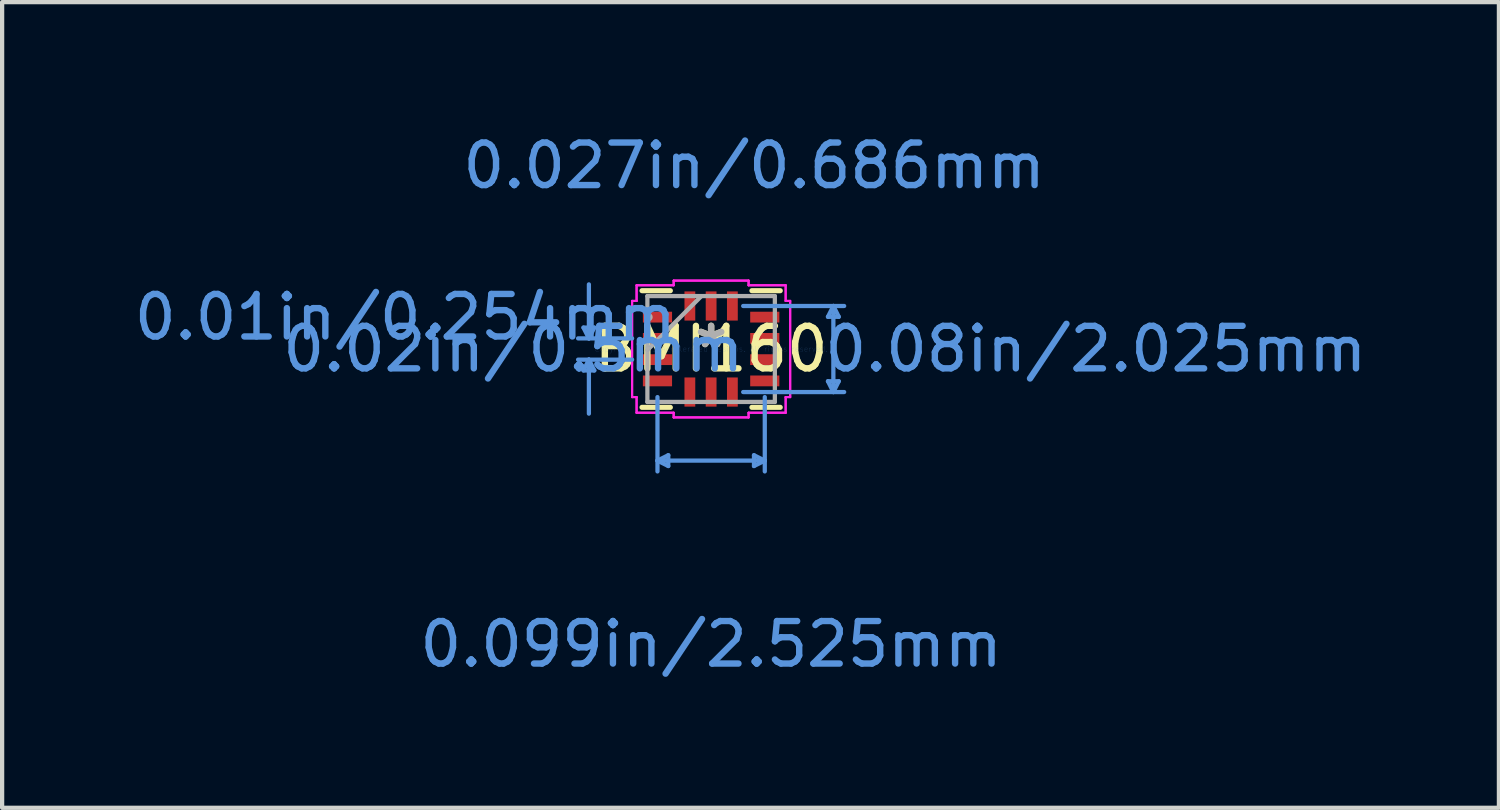
<source format=kicad_pcb>
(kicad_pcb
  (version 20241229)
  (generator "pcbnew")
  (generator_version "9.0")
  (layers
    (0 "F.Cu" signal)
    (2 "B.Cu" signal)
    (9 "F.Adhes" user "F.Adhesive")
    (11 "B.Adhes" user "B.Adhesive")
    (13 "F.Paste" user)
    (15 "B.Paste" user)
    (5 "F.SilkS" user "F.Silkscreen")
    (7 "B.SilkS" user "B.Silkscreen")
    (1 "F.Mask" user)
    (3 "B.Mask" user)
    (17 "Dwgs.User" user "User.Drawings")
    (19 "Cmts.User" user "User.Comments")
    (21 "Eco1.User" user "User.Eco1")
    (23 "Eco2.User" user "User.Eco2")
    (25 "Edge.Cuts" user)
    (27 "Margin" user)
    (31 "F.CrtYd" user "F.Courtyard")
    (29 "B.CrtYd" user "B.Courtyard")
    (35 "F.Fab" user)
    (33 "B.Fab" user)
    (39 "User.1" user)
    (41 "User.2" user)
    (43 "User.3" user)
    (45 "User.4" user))
  (footprint "BMI160"
    (layer "F.Cu")
    (at 13.676 5.159)
    (property "Reference" "BMI160" (at 0 0 0) (layer "F.SilkS") (effects (font (size 1 1) (thickness 0.15))))
    (attr through_hole)
    (fp_line (start -1.626 1.372) (end -0.959 1.372) (stroke (width 0.12) (type solid)) (layer "F.SilkS"))
    (fp_line (start -0.959 -1.372) (end -1.626 -1.372) (stroke (width 0.12) (type solid)) (layer "F.SilkS"))
    (fp_line (start 0.959 1.372) (end 1.626 1.372) (stroke (width 0.12) (type solid)) (layer "F.SilkS"))
    (fp_line (start 1.626 -1.372) (end 0.959 -1.372) (stroke (width 0.12) (type solid)) (layer "F.SilkS"))
    (fp_line (start -3.002 -0.504) (end -2.875 -0.25) (stroke (width 0.1) (type solid)) (layer "Cmts.User"))
    (fp_line (start -3.002 0.504) (end -2.875 0.25) (stroke (width 0.1) (type solid)) (layer "Cmts.User"))
    (fp_line (start -2.875 -0.25) (end -2.875 -1.52) (stroke (width 0.1) (type solid)) (layer "Cmts.User"))
    (fp_line (start -2.875 -0.25) (end -2.748 -0.504) (stroke (width 0.1) (type solid)) (layer "Cmts.User"))
    (fp_line (start -2.875 0.25) (end -2.875 1.52) (stroke (width 0.1) (type solid)) (layer "Cmts.User"))
    (fp_line (start -2.875 0.25) (end -2.748 0.504) (stroke (width 0.1) (type solid)) (layer "Cmts.User"))
    (fp_line (start -2.748 -0.504) (end -3.002 -0.504) (stroke (width 0.1) (type solid)) (layer "Cmts.User"))
    (fp_line (start -2.748 0.504) (end -3.002 0.504) (stroke (width 0.1) (type solid)) (layer "Cmts.User"))
    (fp_line (start -1.859 -0.25) (end -3.129 -0.25) (stroke (width 0.1) (type solid)) (layer "Cmts.User"))
    (fp_line (start -1.859 0.25) (end -3.129 0.25) (stroke (width 0.1) (type solid)) (layer "Cmts.User"))
    (fp_line (start -1.262 1.131) (end -1.262 2.879) (stroke (width 0.1) (type solid)) (layer "Cmts.User"))
    (fp_line (start -1.262 2.625) (end -1.008 2.752) (stroke (width 0.1) (type solid)) (layer "Cmts.User"))
    (fp_line (start -1.262 2.625) (end 1.262 2.625) (stroke (width 0.1) (type solid)) (layer "Cmts.User"))
    (fp_line (start -1.008 2.498) (end -1.262 2.625) (stroke (width 0.1) (type solid)) (layer "Cmts.User"))
    (fp_line (start -1.008 2.752) (end -1.008 2.498) (stroke (width 0.1) (type solid)) (layer "Cmts.User"))
    (fp_line (start 0.754 -1.012) (end 3.129 -1.012) (stroke (width 0.1) (type solid)) (layer "Cmts.User"))
    (fp_line (start 0.754 1.012) (end 3.129 1.012) (stroke (width 0.1) (type solid)) (layer "Cmts.User"))
    (fp_line (start 1.008 2.498) (end 1.262 2.625) (stroke (width 0.1) (type solid)) (layer "Cmts.User"))
    (fp_line (start 1.008 2.752) (end 1.008 2.498) (stroke (width 0.1) (type solid)) (layer "Cmts.User"))
    (fp_line (start 1.262 1.131) (end 1.262 2.879) (stroke (width 0.1) (type solid)) (layer "Cmts.User"))
    (fp_line (start 1.262 2.625) (end 1.008 2.752) (stroke (width 0.1) (type solid)) (layer "Cmts.User"))
    (fp_line (start 2.748 -0.758) (end 3.002 -0.758) (stroke (width 0.1) (type solid)) (layer "Cmts.User"))
    (fp_line (start 2.748 0.758) (end 3.002 0.758) (stroke (width 0.1) (type solid)) (layer "Cmts.User"))
    (fp_line (start 2.875 -1.012) (end 2.748 -0.758) (stroke (width 0.1) (type solid)) (layer "Cmts.User"))
    (fp_line (start 2.875 1.012) (end 2.748 0.758) (stroke (width 0.1) (type solid)) (layer "Cmts.User"))
    (fp_line (start 2.875 1.012) (end 2.875 -1.012) (stroke (width 0.1) (type solid)) (layer "Cmts.User"))
    (fp_line (start 3.002 -0.758) (end 2.875 -1.012) (stroke (width 0.1) (type solid)) (layer "Cmts.User"))
    (fp_line (start 3.002 0.758) (end 2.875 1.012) (stroke (width 0.1) (type solid)) (layer "Cmts.User"))
    (fp_line (start -1.859 -1.131) (end -1.859 1.131) (stroke (width 0.05) (type solid)) (layer "F.CrtYd"))
    (fp_line (start -1.859 -1.131) (end -1.859 1.131) (stroke (width 0.05) (type solid)) (layer "F.CrtYd"))
    (fp_line (start -1.859 1.131) (end -1.753 1.131) (stroke (width 0.05) (type solid)) (layer "F.CrtYd"))
    (fp_line (start -1.859 1.131) (end -1.753 1.131) (stroke (width 0.05) (type solid)) (layer "F.CrtYd"))
    (fp_line (start -1.753 -1.499) (end -1.753 -1.131) (stroke (width 0.05) (type solid)) (layer "F.CrtYd"))
    (fp_line (start -1.753 -1.499) (end -1.753 -1.131) (stroke (width 0.05) (type solid)) (layer "F.CrtYd"))
    (fp_line (start -1.753 -1.131) (end -1.859 -1.131) (stroke (width 0.05) (type solid)) (layer "F.CrtYd"))
    (fp_line (start -1.753 -1.131) (end -1.859 -1.131) (stroke (width 0.05) (type solid)) (layer "F.CrtYd"))
    (fp_line (start -1.753 1.131) (end -1.753 1.499) (stroke (width 0.05) (type solid)) (layer "F.CrtYd"))
    (fp_line (start -1.753 1.131) (end -1.753 1.499) (stroke (width 0.05) (type solid)) (layer "F.CrtYd"))
    (fp_line (start -1.753 1.499) (end -0.881 1.499) (stroke (width 0.05) (type solid)) (layer "F.CrtYd"))
    (fp_line (start -1.753 1.499) (end -0.881 1.499) (stroke (width 0.05) (type solid)) (layer "F.CrtYd"))
    (fp_line (start -0.881 -1.609) (end -0.881 -1.499) (stroke (width 0.05) (type solid)) (layer "F.CrtYd"))
    (fp_line (start -0.881 -1.609) (end -0.881 -1.499) (stroke (width 0.05) (type solid)) (layer "F.CrtYd"))
    (fp_line (start -0.881 -1.499) (end -1.753 -1.499) (stroke (width 0.05) (type solid)) (layer "F.CrtYd"))
    (fp_line (start -0.881 -1.499) (end -1.753 -1.499) (stroke (width 0.05) (type solid)) (layer "F.CrtYd"))
    (fp_line (start -0.881 1.499) (end -0.881 1.609) (stroke (width 0.05) (type solid)) (layer "F.CrtYd"))
    (fp_line (start -0.881 1.499) (end -0.881 1.609) (stroke (width 0.05) (type solid)) (layer "F.CrtYd"))
    (fp_line (start -0.881 1.609) (end 0.881 1.609) (stroke (width 0.05) (type solid)) (layer "F.CrtYd"))
    (fp_line (start -0.881 1.609) (end 0.881 1.609) (stroke (width 0.05) (type solid)) (layer "F.CrtYd"))
    (fp_line (start 0.881 -1.609) (end -0.881 -1.609) (stroke (width 0.05) (type solid)) (layer "F.CrtYd"))
    (fp_line (start 0.881 -1.609) (end -0.881 -1.609) (stroke (width 0.05) (type solid)) (layer "F.CrtYd"))
    (fp_line (start 0.881 -1.499) (end 0.881 -1.609) (stroke (width 0.05) (type solid)) (layer "F.CrtYd"))
    (fp_line (start 0.881 -1.499) (end 0.881 -1.609) (stroke (width 0.05) (type solid)) (layer "F.CrtYd"))
    (fp_line (start 0.881 1.499) (end 1.753 1.499) (stroke (width 0.05) (type solid)) (layer "F.CrtYd"))
    (fp_line (start 0.881 1.499) (end 1.753 1.499) (stroke (width 0.05) (type solid)) (layer "F.CrtYd"))
    (fp_line (start 0.881 1.609) (end 0.881 1.499) (stroke (width 0.05) (type solid)) (layer "F.CrtYd"))
    (fp_line (start 0.881 1.609) (end 0.881 1.499) (stroke (width 0.05) (type solid)) (layer "F.CrtYd"))
    (fp_line (start 1.753 -1.499) (end 0.881 -1.499) (stroke (width 0.05) (type solid)) (layer "F.CrtYd"))
    (fp_line (start 1.753 -1.499) (end 0.881 -1.499) (stroke (width 0.05) (type solid)) (layer "F.CrtYd"))
    (fp_line (start 1.753 -1.131) (end 1.753 -1.499) (stroke (width 0.05) (type solid)) (layer "F.CrtYd"))
    (fp_line (start 1.753 -1.131) (end 1.753 -1.499) (stroke (width 0.05) (type solid)) (layer "F.CrtYd"))
    (fp_line (start 1.753 1.131) (end 1.859 1.131) (stroke (width 0.05) (type solid)) (layer "F.CrtYd"))
    (fp_line (start 1.753 1.131) (end 1.859 1.131) (stroke (width 0.05) (type solid)) (layer "F.CrtYd"))
    (fp_line (start 1.753 1.499) (end 1.753 1.131) (stroke (width 0.05) (type solid)) (layer "F.CrtYd"))
    (fp_line (start 1.753 1.499) (end 1.753 1.131) (stroke (width 0.05) (type solid)) (layer "F.CrtYd"))
    (fp_line (start 1.859 -1.131) (end 1.753 -1.131) (stroke (width 0.05) (type solid)) (layer "F.CrtYd"))
    (fp_line (start 1.859 -1.131) (end 1.753 -1.131) (stroke (width 0.05) (type solid)) (layer "F.CrtYd"))
    (fp_line (start 1.859 1.131) (end 1.859 -1.131) (stroke (width 0.05) (type solid)) (layer "F.CrtYd"))
    (fp_line (start 1.859 1.131) (end 1.859 -1.131) (stroke (width 0.05) (type solid)) (layer "F.CrtYd"))
    (fp_line (start -1.499 -1.245) (end -1.499 1.245) (stroke (width 0.1) (type solid)) (layer "F.Fab"))
    (fp_line (start -1.499 0.025) (end -0.229 -1.245) (stroke (width 0.1) (type solid)) (layer "F.Fab"))
    (fp_line (start -1.499 1.245) (end 1.499 1.245) (stroke (width 0.1) (type solid)) (layer "F.Fab"))
    (fp_line (start 1.499 -1.245) (end -1.499 -1.245) (stroke (width 0.1) (type solid)) (layer "F.Fab"))
    (fp_line (start 1.499 1.245) (end 1.499 -1.245) (stroke (width 0.1) (type solid)) (layer "F.Fab"))
    (fp_circle (center -1.474 -0.75) (end -1.474 -0.75) (stroke (width 0.1) (type solid)) (fill no) (layer "F.Fab"))
    (fp_text user "*" (at 0 0 0) (layer "F.SilkS") (effects (font (size 1 1) (thickness 0.15))))
    (fp_text user "0.08in/2.025mm" (at 9.048 0 0) (layer "Cmts.User") (effects (font (size 1 1) (thickness 0.15))))
    (fp_text user "Copyright 2021 Accelerated Designs. All rights reserved." (at 0 0 0) (layer "Cmts.User") (effects (font (size 0.127 0.127) (thickness 0.002))))
    (fp_text user "0.02in/0.5mm" (at -4.653 0 0) (layer "Cmts.User") (effects (font (size 1 1) (thickness 0.15))))
    (fp_text user "0.027in/0.686mm" (at 1.012 -4.311 0) (layer "Cmts.User") (effects (font (size 1 1) (thickness 0.15))))
    (fp_text user "0.099in/2.525mm" (at 0 6.943 0) (layer "Cmts.User") (effects (font (size 1 1) (thickness 0.15))))
    (fp_text user "0.01in/0.254mm" (at -7.193 -0.75 0) (layer "Cmts.User") (effects (font (size 1 1) (thickness 0.15))))
    (fp_text user "*" (at 0 0 0) (layer "F.Fab") (effects (font (size 1 1) (thickness 0.15))))
    (pad "1" smd rect (at -1.262 -0.75) (size 0.686 0.254) (layers "F.Cu" "F.Mask" "F.Paste"))
    (pad "2" smd rect (at -1.262 -0.25) (size 0.686 0.254) (layers "F.Cu" "F.Mask" "F.Paste"))
    (pad "3" smd rect (at -1.262 0.25) (size 0.686 0.254) (layers "F.Cu" "F.Mask" "F.Paste"))
    (pad "4" smd rect (at -1.262 0.75) (size 0.686 0.254) (layers "F.Cu" "F.Mask" "F.Paste"))
    (pad "5" smd rect (at -0.5 1.012 90) (size 0.686 0.254) (layers "F.Cu" "F.Mask" "F.Paste"))
    (pad "6" smd rect (at 0 1.012 90) (size 0.686 0.254) (layers "F.Cu" "F.Mask" "F.Paste"))
    (pad "7" smd rect (at 0.5 1.012 90) (size 0.686 0.254) (layers "F.Cu" "F.Mask" "F.Paste"))
    (pad "8" smd rect (at 1.262 0.75) (size 0.686 0.254) (layers "F.Cu" "F.Mask" "F.Paste"))
    (pad "9" smd rect (at 1.262 0.25) (size 0.686 0.254) (layers "F.Cu" "F.Mask" "F.Paste"))
    (pad "10" smd rect (at 1.262 -0.25) (size 0.686 0.254) (layers "F.Cu" "F.Mask" "F.Paste"))
    (pad "11" smd rect (at 1.262 -0.75) (size 0.686 0.254) (layers "F.Cu" "F.Mask" "F.Paste"))
    (pad "12" smd rect (at 0.5 -1.012 90) (size 0.686 0.254) (layers "F.Cu" "F.Mask" "F.Paste"))
    (pad "13" smd rect (at 0 -1.012 90) (size 0.686 0.254) (layers "F.Cu" "F.Mask" "F.Paste"))
    (pad "14" smd rect (at -0.5 -1.012 90) (size 0.686 0.254) (layers "F.Cu" "F.Mask" "F.Paste")))
  (gr_rect
    (start -3 -3)
    (end 32.205 15.95)
    (stroke (width 0.1) (type default))
    (fill no)
    (layer "Edge.Cuts")))
</source>
